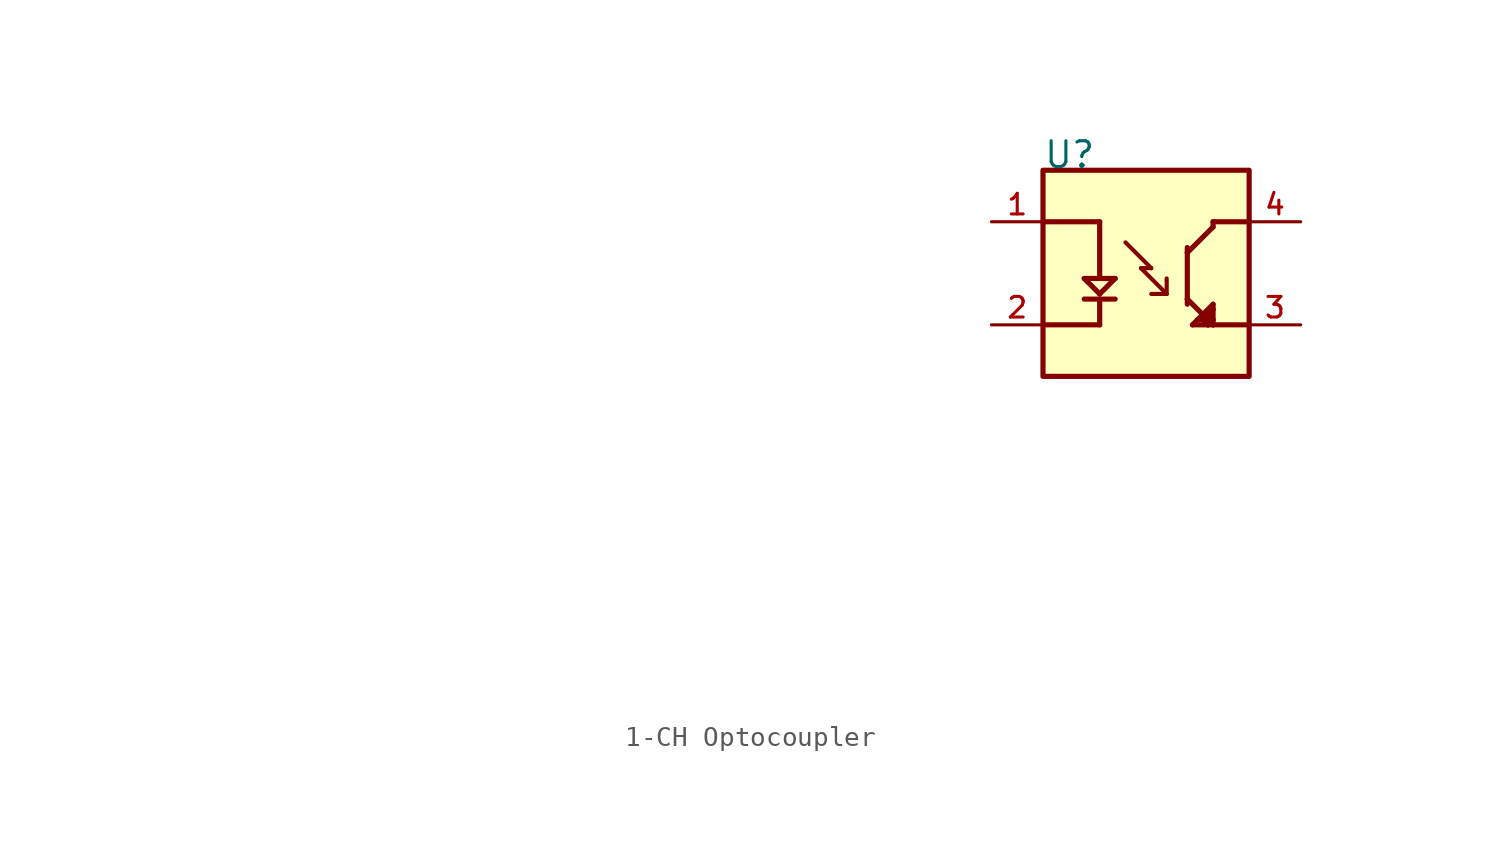
<source format=kicad_sym>
(kicad_symbol_lib
  (version 20220914)
  (generator kicad_symbol_editor)
  (symbol "1-CH Optocoupler"
    (pin_names
      (offset 1.016))
    (property "Reference" "U"
      (at -5.08 5.842 0)
      (effects (font (size 1.27 1.27)) (justify left)))
    (property "Manufacturer" ""
      (at -46.99 -19.05 0)
      (effects (font (size 1.27 1.27)) (justify left)))
    (property "Manufacturer Part Number" ""
      (at -46.99 -19.05 0)
      (effects (font (size 1.27 1.27)) (justify left)))
    (symbol "1-CH Optocoupler_0_0"
      (rectangle (start -5.08 5.08) (end 5.08 -5.08) (stroke (width 0.254) (type default)) (fill (type background)))
      (polyline (pts (xy -5.08 2.54) (xy -2.286 2.54)) (stroke (width 0.254) (type default)) (fill (type none)))
      (polyline (pts (xy -3.048 -1.27) (xy -1.524 -1.27)) (stroke (width 0.254) (type default)) (fill (type none)))
      (polyline (pts (xy -3.048 -0.254) (xy -2.286 -1.016)) (stroke (width 0.254) (type default)) (fill (type none)))
      (polyline (pts (xy -2.286 -2.54) (xy -5.08 -2.54)) (stroke (width 0.254) (type default)) (fill (type none)))
      (polyline (pts (xy -2.286 -1.27) (xy -2.286 -2.54)) (stroke (width 0.254) (type default)) (fill (type none)))
      (polyline (pts (xy -2.286 -1.016) (xy -1.524 -0.254)) (stroke (width 0.254) (type default)) (fill (type none)))
      (polyline (pts (xy -2.286 -0.254) (xy -3.048 -0.254)) (stroke (width 0.254) (type default)) (fill (type none)))
      (polyline (pts (xy -2.286 -0.254) (xy -1.524 -0.254)) (stroke (width 0.254) (type default)) (fill (type none)))
      (polyline (pts (xy -2.286 2.54) (xy -2.286 -0.254)) (stroke (width 0.254) (type default)) (fill (type none)))
      (polyline (pts (xy -1.016 1.524) (xy 0.254 0.254)) (stroke (width 0.203) (type default)) (fill (type none)))
      (polyline (pts (xy -0.254 0.254) (xy 1.016 -1.016)) (stroke (width 0.203) (type default)) (fill (type none)))
      (polyline (pts (xy 0.254 0.254) (xy -0.254 0.254)) (stroke (width 0.203) (type default)) (fill (type none)))
      (polyline (pts (xy 1.016 -1.016) (xy 0.254 -1.016)) (stroke (width 0.203) (type default)) (fill (type none)))
      (polyline (pts (xy 1.016 -1.016) (xy 1.016 -0.254)) (stroke (width 0.203) (type default)) (fill (type none)))
      (polyline (pts (xy 2.032 -1.27) (xy 2.032 -1.524)) (stroke (width 0.254) (type default)) (fill (type none)))
      (polyline (pts (xy 2.032 -1.27) (xy 3.302 -2.54)) (stroke (width 0.254) (type default)) (fill (type none)))
      (polyline (pts (xy 2.032 1.016) (xy 2.032 -1.27)) (stroke (width 0.254) (type default)) (fill (type none)))
      (polyline (pts (xy 2.032 1.016) (xy 2.032 1.27)) (stroke (width 0.254) (type default)) (fill (type none)))
      (polyline (pts (xy 2.286 -2.54) (xy 3.048 -2.54)) (stroke (width 0.254) (type default)) (fill (type none)))
      (polyline (pts (xy 2.54 -2.286) (xy 2.286 -2.54)) (stroke (width 0.254) (type default)) (fill (type none)))
      (polyline (pts (xy 2.54 -2.286) (xy 2.794 -2.286)) (stroke (width 0.254) (type default)) (fill (type none)))
      (polyline (pts (xy 2.794 -2.286) (xy 3.048 -2.54)) (stroke (width 0.254) (type default)) (fill (type none)))
      (polyline (pts (xy 3.048 -2.54) (xy 3.048 -2.032)) (stroke (width 0.254) (type default)) (fill (type none)))
      (polyline (pts (xy 3.048 -2.54) (xy 3.302 -2.54)) (stroke (width 0.254) (type default)) (fill (type none)))
      (polyline (pts (xy 3.048 -2.032) (xy 2.794 -2.286)) (stroke (width 0.254) (type default)) (fill (type none)))
      (polyline (pts (xy 3.048 -2.032) (xy 3.302 -1.778)) (stroke (width 0.254) (type default)) (fill (type none)))
      (polyline (pts (xy 3.302 -2.54) (xy 3.302 -2.286)) (stroke (width 0.254) (type default)) (fill (type none)))
      (polyline (pts (xy 3.302 -2.54) (xy 5.08 -2.54)) (stroke (width 0.254) (type default)) (fill (type none)))
      (polyline (pts (xy 3.302 -2.286) (xy 3.048 -2.032)) (stroke (width 0.254) (type default)) (fill (type none)))
      (polyline (pts (xy 3.302 -2.286) (xy 3.302 -1.778)) (stroke (width 0.254) (type default)) (fill (type none)))
      (polyline (pts (xy 3.302 -1.778) (xy 3.302 -1.524)) (stroke (width 0.254) (type default)) (fill (type none)))
      (polyline (pts (xy 3.302 -1.524) (xy 2.54 -2.286)) (stroke (width 0.254) (type default)) (fill (type none)))
      (polyline (pts (xy 3.302 2.286) (xy 2.032 1.016)) (stroke (width 0.254) (type default)) (fill (type none)))
      (polyline (pts (xy 3.302 2.54) (xy 3.302 2.286)) (stroke (width 0.254) (type default)) (fill (type none)))
      (polyline (pts (xy 5.08 2.54) (xy 3.302 2.54)) (stroke (width 0.254) (type default)) (fill (type none)))
      (pin passive line (at -7.62 2.54 0) (length 2.54) (name "~" (effects (font (size 1.016 1.016)))) (number "1" (effects (font (size 1.016 1.016)))))
      (pin passive line (at -7.62 -2.54 0) (length 2.54) (name "~" (effects (font (size 1.016 1.016)))) (number "2" (effects (font (size 1.016 1.016))))))
    (symbol "1-CH Optocoupler_1_0"
      (pin passive line (at 7.62 -2.54 180) (length 2.54) (name "~" (effects (font (size 1.016 1.016)))) (number "3" (effects (font (size 1.016 1.016)))))
      (pin passive line (at 7.62 2.54 180) (length 2.54) (name "~" (effects (font (size 1.016 1.016)))) (number "4" (effects (font (size 1.016 1.016))))))))
</source>
